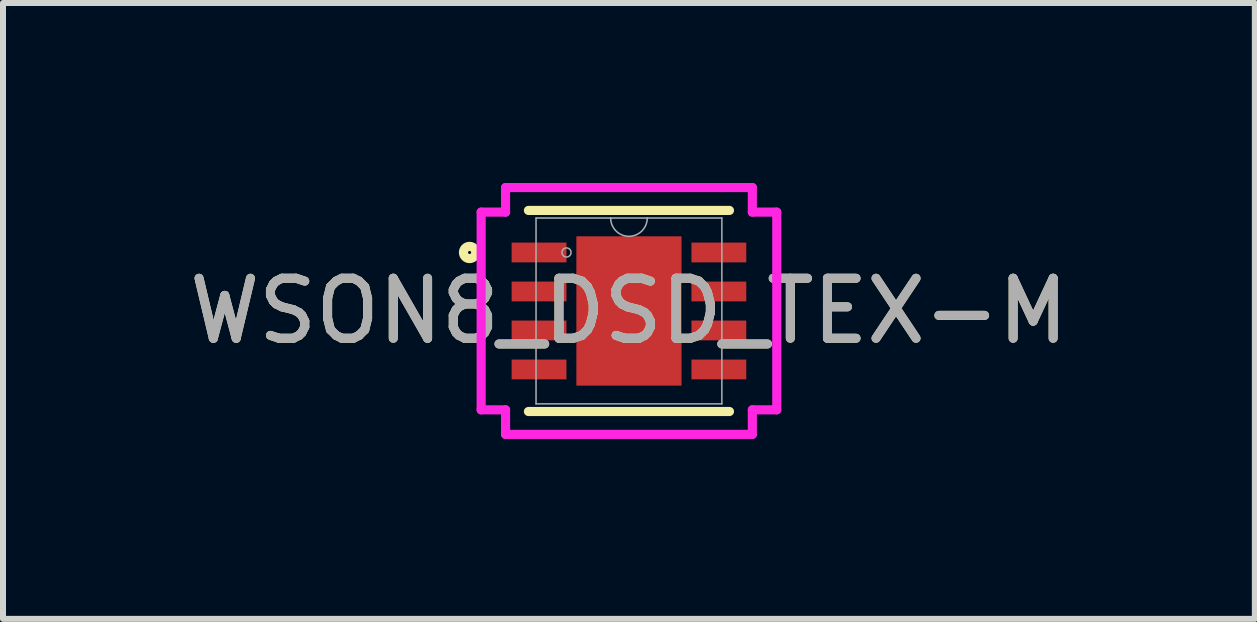
<source format=kicad_pcb>
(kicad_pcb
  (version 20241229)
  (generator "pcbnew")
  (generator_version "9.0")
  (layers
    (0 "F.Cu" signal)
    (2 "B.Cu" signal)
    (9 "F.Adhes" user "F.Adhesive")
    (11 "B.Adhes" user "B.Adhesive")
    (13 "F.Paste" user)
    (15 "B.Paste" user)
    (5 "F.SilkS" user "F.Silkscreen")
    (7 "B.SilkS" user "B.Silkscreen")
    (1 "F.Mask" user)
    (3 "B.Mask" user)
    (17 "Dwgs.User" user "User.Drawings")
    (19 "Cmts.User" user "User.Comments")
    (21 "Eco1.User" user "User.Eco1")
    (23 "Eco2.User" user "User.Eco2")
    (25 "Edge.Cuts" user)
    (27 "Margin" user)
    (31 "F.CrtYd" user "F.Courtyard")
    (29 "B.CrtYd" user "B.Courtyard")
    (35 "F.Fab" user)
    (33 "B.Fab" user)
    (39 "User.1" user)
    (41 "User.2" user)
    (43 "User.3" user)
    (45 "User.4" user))
  (footprint "WSON8_DSD_TEX-M"
    (layer "F.Cu")
    (at 7.435 2.134)
    (property "Reference" "WSON8_DSD_TEX-M" (at 0 0 0) (unlocked yes) (layer "F.SilkS") (effects (font (size 1 1) (thickness 0.15))))
    (attr smd)
    (fp_line (start -1.676 1.676) (end 1.676 1.676) (stroke (width 0.152) (type solid)) (layer "F.SilkS"))
    (fp_line (start 1.676 -1.676) (end -1.676 -1.676) (stroke (width 0.152) (type solid)) (layer "F.SilkS"))
    (fp_circle (center -2.657 -0.975) (end -2.555 -0.975) (stroke (width 0.152) (type solid)) (fill no) (layer "F.SilkS"))
    (fp_line (start -2.464 -1.648) (end -2.057 -1.648) (stroke (width 0.152) (type solid)) (layer "F.CrtYd"))
    (fp_line (start -2.464 1.648) (end -2.464 -1.648) (stroke (width 0.152) (type solid)) (layer "F.CrtYd"))
    (fp_line (start -2.464 1.648) (end -2.057 1.648) (stroke (width 0.152) (type solid)) (layer "F.CrtYd"))
    (fp_line (start -2.057 -2.057) (end 2.057 -2.057) (stroke (width 0.152) (type solid)) (layer "F.CrtYd"))
    (fp_line (start -2.057 -1.648) (end -2.057 -2.057) (stroke (width 0.152) (type solid)) (layer "F.CrtYd"))
    (fp_line (start -2.057 2.057) (end -2.057 1.648) (stroke (width 0.152) (type solid)) (layer "F.CrtYd"))
    (fp_line (start 2.057 -2.057) (end 2.057 -1.648) (stroke (width 0.152) (type solid)) (layer "F.CrtYd"))
    (fp_line (start 2.057 1.648) (end 2.057 2.057) (stroke (width 0.152) (type solid)) (layer "F.CrtYd"))
    (fp_line (start 2.057 2.057) (end -2.057 2.057) (stroke (width 0.152) (type solid)) (layer "F.CrtYd"))
    (fp_line (start 2.464 -1.648) (end 2.057 -1.648) (stroke (width 0.152) (type solid)) (layer "F.CrtYd"))
    (fp_line (start 2.464 -1.648) (end 2.464 1.648) (stroke (width 0.152) (type solid)) (layer "F.CrtYd"))
    (fp_line (start 2.464 1.648) (end 2.057 1.648) (stroke (width 0.152) (type solid)) (layer "F.CrtYd"))
    (fp_line (start -1.549 -1.549) (end -1.549 1.549) (stroke (width 0.025) (type solid)) (layer "F.Fab"))
    (fp_line (start -1.549 1.549) (end 1.549 1.549) (stroke (width 0.025) (type solid)) (layer "F.Fab"))
    (fp_line (start 1.549 -1.549) (end -1.549 -1.549) (stroke (width 0.025) (type solid)) (layer "F.Fab"))
    (fp_line (start 1.549 1.549) (end 1.549 -1.549) (stroke (width 0.025) (type solid)) (layer "F.Fab"))
    (fp_arc (start 0.3048 -1.5494) (mid 0 -1.2446) (end -0.3048 -1.5494) (stroke (width 0.0254) (type solid)) (layer "F.Fab"))
    (fp_circle (center -1.041 -0.975) (end -0.965 -0.975) (stroke (width 0.025) (type solid)) (fill no) (layer "F.Fab"))
    (fp_text user "${REFERENCE}" (at 0 0 0) (unlocked yes) (layer "F.Fab") (effects (font (size 1 1) (thickness 0.15))))
    (pad "1" smd rect (at -1.499 -0.975) (size 0.914 0.33) (layers "F.Cu" "F.Mask" "F.Paste"))
    (pad "2" smd rect (at -1.499 -0.325) (size 0.914 0.33) (layers "F.Cu" "F.Mask" "F.Paste"))
    (pad "3" smd rect (at -1.499 0.325) (size 0.914 0.33) (layers "F.Cu" "F.Mask" "F.Paste"))
    (pad "4" smd rect (at -1.499 0.975) (size 0.914 0.33) (layers "F.Cu" "F.Mask" "F.Paste"))
    (pad "5" smd rect (at 1.499 0.975) (size 0.914 0.33) (layers "F.Cu" "F.Mask" "F.Paste"))
    (pad "6" smd rect (at 1.499 0.325) (size 0.914 0.33) (layers "F.Cu" "F.Mask" "F.Paste"))
    (pad "7" smd rect (at 1.499 -0.325) (size 0.914 0.33) (layers "F.Cu" "F.Mask" "F.Paste"))
    (pad "8" smd rect (at 1.499 -0.975) (size 0.914 0.33) (layers "F.Cu" "F.Mask" "F.Paste"))
    (pad "9" smd rect (at 0 0) (size 1.753 2.489) (layers "F.Cu" "F.Mask" "F.Paste")))
  (gr_rect
    (start -3 -3)
    (end 17.869 7.267)
    (stroke (width 0.1) (type default))
    (fill no)
    (layer "Edge.Cuts")))
</source>
